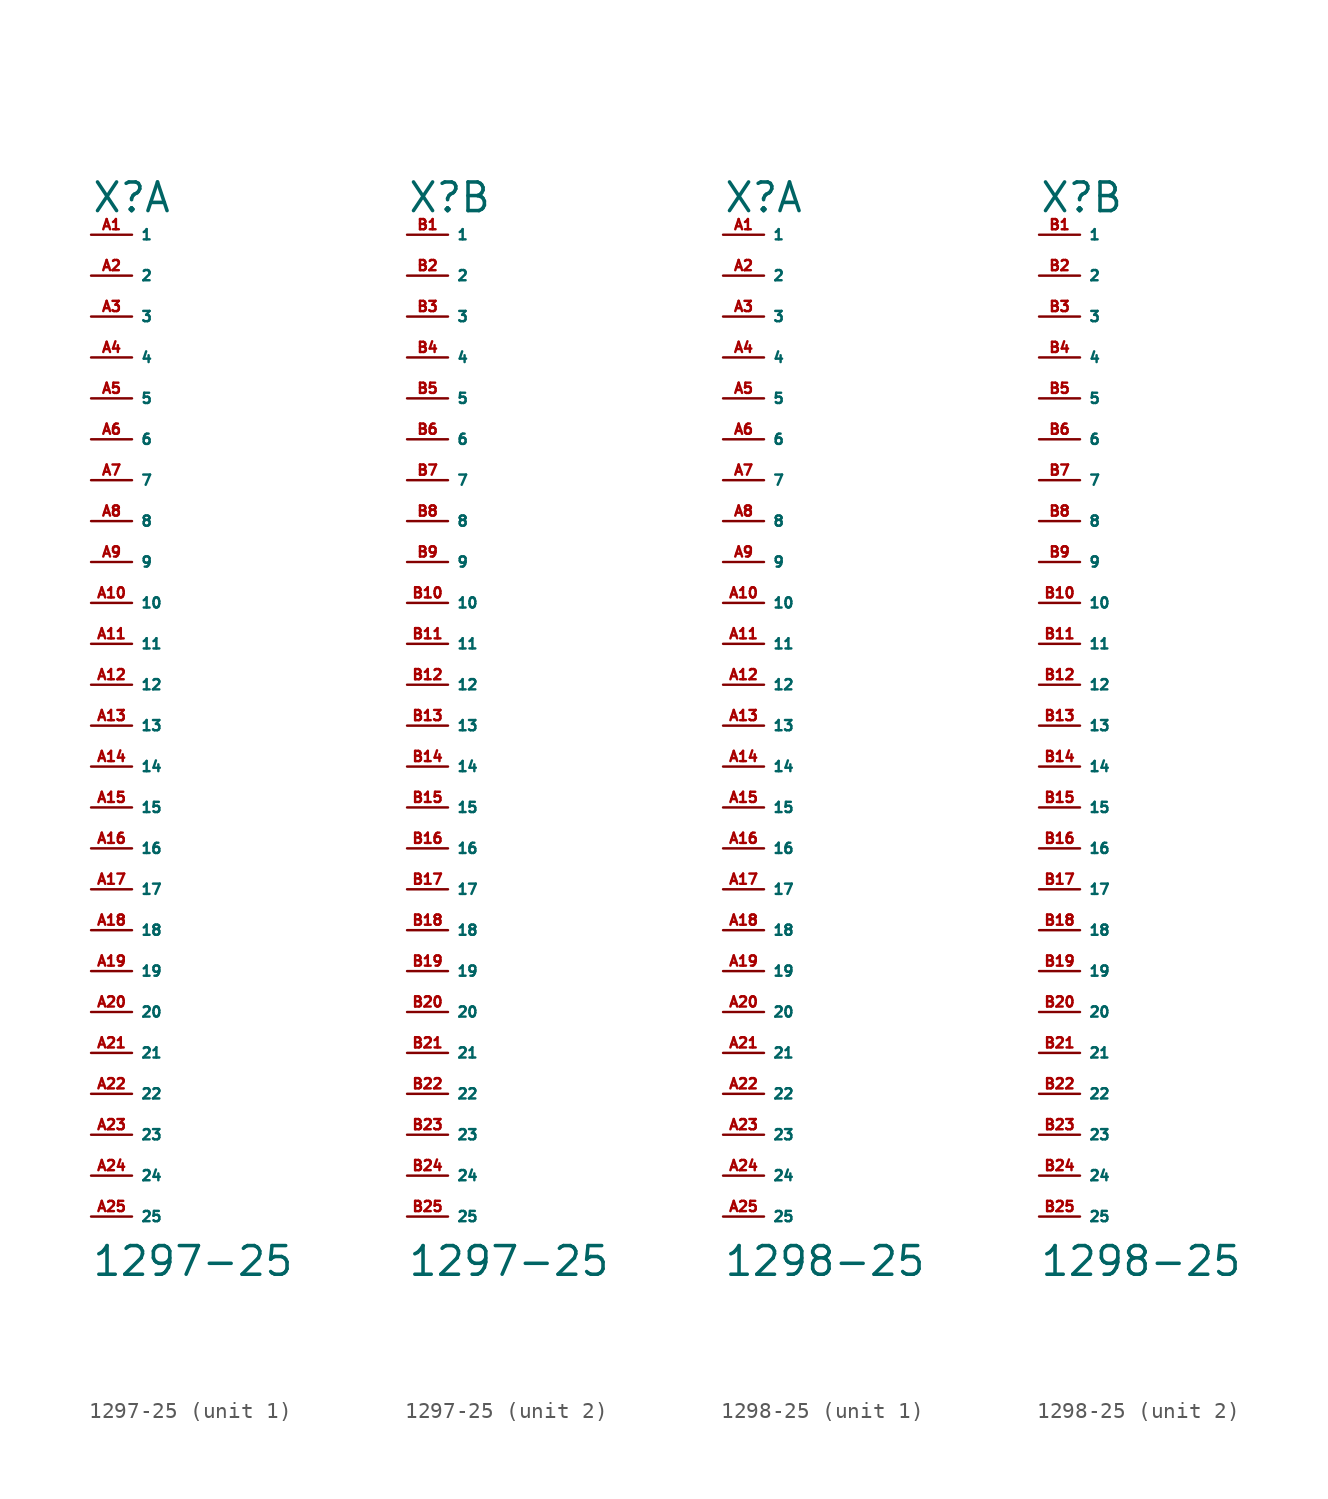
<source format=kicad_sym>
(kicad_symbol_lib
  (version 20220914)
  (generator Eagle2Kicad)
  (symbol "1297-25"
    (property "Reference" "X"
      (at -2.54 29.21 0)
      (effects (font (size 1.778 1.778) (thickness 0.22)) (justify left bottom)))
    (property "Value" "1297-25"
      (at -2.54 -36.83 0)
      (effects (font (size 1.778 1.778) (thickness 0.22)) (justify left bottom)))
    (symbol "1297-25_1_0"
      (pin passive line (at -2.54 27.94 0) (length 2.54) (name "1" (effects (font (size 0.635 0.635) (thickness 0.08)) (justify left bottom))) (number "A1" (effects (font (size 0.635 0.635) (thickness 0.08)) (justify left bottom))))
      (pin passive line (at -2.54 25.4 0) (length 2.54) (name "2" (effects (font (size 0.635 0.635) (thickness 0.08)) (justify left bottom))) (number "A2" (effects (font (size 0.635 0.635) (thickness 0.08)) (justify left bottom))))
      (pin passive line (at -2.54 22.86 0) (length 2.54) (name "3" (effects (font (size 0.635 0.635) (thickness 0.08)) (justify left bottom))) (number "A3" (effects (font (size 0.635 0.635) (thickness 0.08)) (justify left bottom))))
      (pin passive line (at -2.54 20.32 0) (length 2.54) (name "4" (effects (font (size 0.635 0.635) (thickness 0.08)) (justify left bottom))) (number "A4" (effects (font (size 0.635 0.635) (thickness 0.08)) (justify left bottom))))
      (pin passive line (at -2.54 17.78 0) (length 2.54) (name "5" (effects (font (size 0.635 0.635) (thickness 0.08)) (justify left bottom))) (number "A5" (effects (font (size 0.635 0.635) (thickness 0.08)) (justify left bottom))))
      (pin passive line (at -2.54 15.24 0) (length 2.54) (name "6" (effects (font (size 0.635 0.635) (thickness 0.08)) (justify left bottom))) (number "A6" (effects (font (size 0.635 0.635) (thickness 0.08)) (justify left bottom))))
      (pin passive line (at -2.54 12.7 0) (length 2.54) (name "7" (effects (font (size 0.635 0.635) (thickness 0.08)) (justify left bottom))) (number "A7" (effects (font (size 0.635 0.635) (thickness 0.08)) (justify left bottom))))
      (pin passive line (at -2.54 10.16 0) (length 2.54) (name "8" (effects (font (size 0.635 0.635) (thickness 0.08)) (justify left bottom))) (number "A8" (effects (font (size 0.635 0.635) (thickness 0.08)) (justify left bottom))))
      (pin passive line (at -2.54 7.62 0) (length 2.54) (name "9" (effects (font (size 0.635 0.635) (thickness 0.08)) (justify left bottom))) (number "A9" (effects (font (size 0.635 0.635) (thickness 0.08)) (justify left bottom))))
      (pin passive line (at -2.54 5.08 0) (length 2.54) (name "10" (effects (font (size 0.635 0.635) (thickness 0.08)) (justify left bottom))) (number "A10" (effects (font (size 0.635 0.635) (thickness 0.08)) (justify left bottom))))
      (pin passive line (at -2.54 2.54 0) (length 2.54) (name "11" (effects (font (size 0.635 0.635) (thickness 0.08)) (justify left bottom))) (number "A11" (effects (font (size 0.635 0.635) (thickness 0.08)) (justify left bottom))))
      (pin passive line (at -2.54 0 0) (length 2.54) (name "12" (effects (font (size 0.635 0.635) (thickness 0.08)) (justify left bottom))) (number "A12" (effects (font (size 0.635 0.635) (thickness 0.08)) (justify left bottom))))
      (pin passive line (at -2.54 -2.54 0) (length 2.54) (name "13" (effects (font (size 0.635 0.635) (thickness 0.08)) (justify left bottom))) (number "A13" (effects (font (size 0.635 0.635) (thickness 0.08)) (justify left bottom))))
      (pin passive line (at -2.54 -5.08 0) (length 2.54) (name "14" (effects (font (size 0.635 0.635) (thickness 0.08)) (justify left bottom))) (number "A14" (effects (font (size 0.635 0.635) (thickness 0.08)) (justify left bottom))))
      (pin passive line (at -2.54 -7.62 0) (length 2.54) (name "15" (effects (font (size 0.635 0.635) (thickness 0.08)) (justify left bottom))) (number "A15" (effects (font (size 0.635 0.635) (thickness 0.08)) (justify left bottom))))
      (pin passive line (at -2.54 -10.16 0) (length 2.54) (name "16" (effects (font (size 0.635 0.635) (thickness 0.08)) (justify left bottom))) (number "A16" (effects (font (size 0.635 0.635) (thickness 0.08)) (justify left bottom))))
      (pin passive line (at -2.54 -12.7 0) (length 2.54) (name "17" (effects (font (size 0.635 0.635) (thickness 0.08)) (justify left bottom))) (number "A17" (effects (font (size 0.635 0.635) (thickness 0.08)) (justify left bottom))))
      (pin passive line (at -2.54 -15.24 0) (length 2.54) (name "18" (effects (font (size 0.635 0.635) (thickness 0.08)) (justify left bottom))) (number "A18" (effects (font (size 0.635 0.635) (thickness 0.08)) (justify left bottom))))
      (pin passive line (at -2.54 -17.78 0) (length 2.54) (name "19" (effects (font (size 0.635 0.635) (thickness 0.08)) (justify left bottom))) (number "A19" (effects (font (size 0.635 0.635) (thickness 0.08)) (justify left bottom))))
      (pin passive line (at -2.54 -20.32 0) (length 2.54) (name "20" (effects (font (size 0.635 0.635) (thickness 0.08)) (justify left bottom))) (number "A20" (effects (font (size 0.635 0.635) (thickness 0.08)) (justify left bottom))))
      (pin passive line (at -2.54 -22.86 0) (length 2.54) (name "21" (effects (font (size 0.635 0.635) (thickness 0.08)) (justify left bottom))) (number "A21" (effects (font (size 0.635 0.635) (thickness 0.08)) (justify left bottom))))
      (pin passive line (at -2.54 -25.4 0) (length 2.54) (name "22" (effects (font (size 0.635 0.635) (thickness 0.08)) (justify left bottom))) (number "A22" (effects (font (size 0.635 0.635) (thickness 0.08)) (justify left bottom))))
      (pin passive line (at -2.54 -27.94 0) (length 2.54) (name "23" (effects (font (size 0.635 0.635) (thickness 0.08)) (justify left bottom))) (number "A23" (effects (font (size 0.635 0.635) (thickness 0.08)) (justify left bottom))))
      (pin passive line (at -2.54 -30.48 0) (length 2.54) (name "24" (effects (font (size 0.635 0.635) (thickness 0.08)) (justify left bottom))) (number "A24" (effects (font (size 0.635 0.635) (thickness 0.08)) (justify left bottom))))
      (pin passive line (at -2.54 -33.02 0) (length 2.54) (name "25" (effects (font (size 0.635 0.635) (thickness 0.08)) (justify left bottom))) (number "A25" (effects (font (size 0.635 0.635) (thickness 0.08)) (justify left bottom)))))
    (symbol "1297-25_2_0"
      (pin passive line (at -2.54 27.94 0) (length 2.54) (name "1" (effects (font (size 0.635 0.635) (thickness 0.08)) (justify left bottom))) (number "B1" (effects (font (size 0.635 0.635) (thickness 0.08)) (justify left bottom))))
      (pin passive line (at -2.54 25.4 0) (length 2.54) (name "2" (effects (font (size 0.635 0.635) (thickness 0.08)) (justify left bottom))) (number "B2" (effects (font (size 0.635 0.635) (thickness 0.08)) (justify left bottom))))
      (pin passive line (at -2.54 22.86 0) (length 2.54) (name "3" (effects (font (size 0.635 0.635) (thickness 0.08)) (justify left bottom))) (number "B3" (effects (font (size 0.635 0.635) (thickness 0.08)) (justify left bottom))))
      (pin passive line (at -2.54 20.32 0) (length 2.54) (name "4" (effects (font (size 0.635 0.635) (thickness 0.08)) (justify left bottom))) (number "B4" (effects (font (size 0.635 0.635) (thickness 0.08)) (justify left bottom))))
      (pin passive line (at -2.54 17.78 0) (length 2.54) (name "5" (effects (font (size 0.635 0.635) (thickness 0.08)) (justify left bottom))) (number "B5" (effects (font (size 0.635 0.635) (thickness 0.08)) (justify left bottom))))
      (pin passive line (at -2.54 15.24 0) (length 2.54) (name "6" (effects (font (size 0.635 0.635) (thickness 0.08)) (justify left bottom))) (number "B6" (effects (font (size 0.635 0.635) (thickness 0.08)) (justify left bottom))))
      (pin passive line (at -2.54 12.7 0) (length 2.54) (name "7" (effects (font (size 0.635 0.635) (thickness 0.08)) (justify left bottom))) (number "B7" (effects (font (size 0.635 0.635) (thickness 0.08)) (justify left bottom))))
      (pin passive line (at -2.54 10.16 0) (length 2.54) (name "8" (effects (font (size 0.635 0.635) (thickness 0.08)) (justify left bottom))) (number "B8" (effects (font (size 0.635 0.635) (thickness 0.08)) (justify left bottom))))
      (pin passive line (at -2.54 7.62 0) (length 2.54) (name "9" (effects (font (size 0.635 0.635) (thickness 0.08)) (justify left bottom))) (number "B9" (effects (font (size 0.635 0.635) (thickness 0.08)) (justify left bottom))))
      (pin passive line (at -2.54 5.08 0) (length 2.54) (name "10" (effects (font (size 0.635 0.635) (thickness 0.08)) (justify left bottom))) (number "B10" (effects (font (size 0.635 0.635) (thickness 0.08)) (justify left bottom))))
      (pin passive line (at -2.54 2.54 0) (length 2.54) (name "11" (effects (font (size 0.635 0.635) (thickness 0.08)) (justify left bottom))) (number "B11" (effects (font (size 0.635 0.635) (thickness 0.08)) (justify left bottom))))
      (pin passive line (at -2.54 0 0) (length 2.54) (name "12" (effects (font (size 0.635 0.635) (thickness 0.08)) (justify left bottom))) (number "B12" (effects (font (size 0.635 0.635) (thickness 0.08)) (justify left bottom))))
      (pin passive line (at -2.54 -2.54 0) (length 2.54) (name "13" (effects (font (size 0.635 0.635) (thickness 0.08)) (justify left bottom))) (number "B13" (effects (font (size 0.635 0.635) (thickness 0.08)) (justify left bottom))))
      (pin passive line (at -2.54 -5.08 0) (length 2.54) (name "14" (effects (font (size 0.635 0.635) (thickness 0.08)) (justify left bottom))) (number "B14" (effects (font (size 0.635 0.635) (thickness 0.08)) (justify left bottom))))
      (pin passive line (at -2.54 -7.62 0) (length 2.54) (name "15" (effects (font (size 0.635 0.635) (thickness 0.08)) (justify left bottom))) (number "B15" (effects (font (size 0.635 0.635) (thickness 0.08)) (justify left bottom))))
      (pin passive line (at -2.54 -10.16 0) (length 2.54) (name "16" (effects (font (size 0.635 0.635) (thickness 0.08)) (justify left bottom))) (number "B16" (effects (font (size 0.635 0.635) (thickness 0.08)) (justify left bottom))))
      (pin passive line (at -2.54 -12.7 0) (length 2.54) (name "17" (effects (font (size 0.635 0.635) (thickness 0.08)) (justify left bottom))) (number "B17" (effects (font (size 0.635 0.635) (thickness 0.08)) (justify left bottom))))
      (pin passive line (at -2.54 -15.24 0) (length 2.54) (name "18" (effects (font (size 0.635 0.635) (thickness 0.08)) (justify left bottom))) (number "B18" (effects (font (size 0.635 0.635) (thickness 0.08)) (justify left bottom))))
      (pin passive line (at -2.54 -17.78 0) (length 2.54) (name "19" (effects (font (size 0.635 0.635) (thickness 0.08)) (justify left bottom))) (number "B19" (effects (font (size 0.635 0.635) (thickness 0.08)) (justify left bottom))))
      (pin passive line (at -2.54 -20.32 0) (length 2.54) (name "20" (effects (font (size 0.635 0.635) (thickness 0.08)) (justify left bottom))) (number "B20" (effects (font (size 0.635 0.635) (thickness 0.08)) (justify left bottom))))
      (pin passive line (at -2.54 -22.86 0) (length 2.54) (name "21" (effects (font (size 0.635 0.635) (thickness 0.08)) (justify left bottom))) (number "B21" (effects (font (size 0.635 0.635) (thickness 0.08)) (justify left bottom))))
      (pin passive line (at -2.54 -25.4 0) (length 2.54) (name "22" (effects (font (size 0.635 0.635) (thickness 0.08)) (justify left bottom))) (number "B22" (effects (font (size 0.635 0.635) (thickness 0.08)) (justify left bottom))))
      (pin passive line (at -2.54 -27.94 0) (length 2.54) (name "23" (effects (font (size 0.635 0.635) (thickness 0.08)) (justify left bottom))) (number "B23" (effects (font (size 0.635 0.635) (thickness 0.08)) (justify left bottom))))
      (pin passive line (at -2.54 -30.48 0) (length 2.54) (name "24" (effects (font (size 0.635 0.635) (thickness 0.08)) (justify left bottom))) (number "B24" (effects (font (size 0.635 0.635) (thickness 0.08)) (justify left bottom))))
      (pin passive line (at -2.54 -33.02 0) (length 2.54) (name "25" (effects (font (size 0.635 0.635) (thickness 0.08)) (justify left bottom))) (number "B25" (effects (font (size 0.635 0.635) (thickness 0.08)) (justify left bottom))))))
  (symbol "1298-25"
    (property "Reference" "X"
      (at -2.54 29.21 0)
      (effects (font (size 1.778 1.778) (thickness 0.22)) (justify left bottom)))
    (property "Value" "1298-25"
      (at -2.54 -36.83 0)
      (effects (font (size 1.778 1.778) (thickness 0.22)) (justify left bottom)))
    (symbol "1298-25_1_0"
      (pin passive line (at -2.54 27.94 0) (length 2.54) (name "1" (effects (font (size 0.635 0.635) (thickness 0.08)) (justify left bottom))) (number "A1" (effects (font (size 0.635 0.635) (thickness 0.08)) (justify left bottom))))
      (pin passive line (at -2.54 25.4 0) (length 2.54) (name "2" (effects (font (size 0.635 0.635) (thickness 0.08)) (justify left bottom))) (number "A2" (effects (font (size 0.635 0.635) (thickness 0.08)) (justify left bottom))))
      (pin passive line (at -2.54 22.86 0) (length 2.54) (name "3" (effects (font (size 0.635 0.635) (thickness 0.08)) (justify left bottom))) (number "A3" (effects (font (size 0.635 0.635) (thickness 0.08)) (justify left bottom))))
      (pin passive line (at -2.54 20.32 0) (length 2.54) (name "4" (effects (font (size 0.635 0.635) (thickness 0.08)) (justify left bottom))) (number "A4" (effects (font (size 0.635 0.635) (thickness 0.08)) (justify left bottom))))
      (pin passive line (at -2.54 17.78 0) (length 2.54) (name "5" (effects (font (size 0.635 0.635) (thickness 0.08)) (justify left bottom))) (number "A5" (effects (font (size 0.635 0.635) (thickness 0.08)) (justify left bottom))))
      (pin passive line (at -2.54 15.24 0) (length 2.54) (name "6" (effects (font (size 0.635 0.635) (thickness 0.08)) (justify left bottom))) (number "A6" (effects (font (size 0.635 0.635) (thickness 0.08)) (justify left bottom))))
      (pin passive line (at -2.54 12.7 0) (length 2.54) (name "7" (effects (font (size 0.635 0.635) (thickness 0.08)) (justify left bottom))) (number "A7" (effects (font (size 0.635 0.635) (thickness 0.08)) (justify left bottom))))
      (pin passive line (at -2.54 10.16 0) (length 2.54) (name "8" (effects (font (size 0.635 0.635) (thickness 0.08)) (justify left bottom))) (number "A8" (effects (font (size 0.635 0.635) (thickness 0.08)) (justify left bottom))))
      (pin passive line (at -2.54 7.62 0) (length 2.54) (name "9" (effects (font (size 0.635 0.635) (thickness 0.08)) (justify left bottom))) (number "A9" (effects (font (size 0.635 0.635) (thickness 0.08)) (justify left bottom))))
      (pin passive line (at -2.54 5.08 0) (length 2.54) (name "10" (effects (font (size 0.635 0.635) (thickness 0.08)) (justify left bottom))) (number "A10" (effects (font (size 0.635 0.635) (thickness 0.08)) (justify left bottom))))
      (pin passive line (at -2.54 2.54 0) (length 2.54) (name "11" (effects (font (size 0.635 0.635) (thickness 0.08)) (justify left bottom))) (number "A11" (effects (font (size 0.635 0.635) (thickness 0.08)) (justify left bottom))))
      (pin passive line (at -2.54 0 0) (length 2.54) (name "12" (effects (font (size 0.635 0.635) (thickness 0.08)) (justify left bottom))) (number "A12" (effects (font (size 0.635 0.635) (thickness 0.08)) (justify left bottom))))
      (pin passive line (at -2.54 -2.54 0) (length 2.54) (name "13" (effects (font (size 0.635 0.635) (thickness 0.08)) (justify left bottom))) (number "A13" (effects (font (size 0.635 0.635) (thickness 0.08)) (justify left bottom))))
      (pin passive line (at -2.54 -5.08 0) (length 2.54) (name "14" (effects (font (size 0.635 0.635) (thickness 0.08)) (justify left bottom))) (number "A14" (effects (font (size 0.635 0.635) (thickness 0.08)) (justify left bottom))))
      (pin passive line (at -2.54 -7.62 0) (length 2.54) (name "15" (effects (font (size 0.635 0.635) (thickness 0.08)) (justify left bottom))) (number "A15" (effects (font (size 0.635 0.635) (thickness 0.08)) (justify left bottom))))
      (pin passive line (at -2.54 -10.16 0) (length 2.54) (name "16" (effects (font (size 0.635 0.635) (thickness 0.08)) (justify left bottom))) (number "A16" (effects (font (size 0.635 0.635) (thickness 0.08)) (justify left bottom))))
      (pin passive line (at -2.54 -12.7 0) (length 2.54) (name "17" (effects (font (size 0.635 0.635) (thickness 0.08)) (justify left bottom))) (number "A17" (effects (font (size 0.635 0.635) (thickness 0.08)) (justify left bottom))))
      (pin passive line (at -2.54 -15.24 0) (length 2.54) (name "18" (effects (font (size 0.635 0.635) (thickness 0.08)) (justify left bottom))) (number "A18" (effects (font (size 0.635 0.635) (thickness 0.08)) (justify left bottom))))
      (pin passive line (at -2.54 -17.78 0) (length 2.54) (name "19" (effects (font (size 0.635 0.635) (thickness 0.08)) (justify left bottom))) (number "A19" (effects (font (size 0.635 0.635) (thickness 0.08)) (justify left bottom))))
      (pin passive line (at -2.54 -20.32 0) (length 2.54) (name "20" (effects (font (size 0.635 0.635) (thickness 0.08)) (justify left bottom))) (number "A20" (effects (font (size 0.635 0.635) (thickness 0.08)) (justify left bottom))))
      (pin passive line (at -2.54 -22.86 0) (length 2.54) (name "21" (effects (font (size 0.635 0.635) (thickness 0.08)) (justify left bottom))) (number "A21" (effects (font (size 0.635 0.635) (thickness 0.08)) (justify left bottom))))
      (pin passive line (at -2.54 -25.4 0) (length 2.54) (name "22" (effects (font (size 0.635 0.635) (thickness 0.08)) (justify left bottom))) (number "A22" (effects (font (size 0.635 0.635) (thickness 0.08)) (justify left bottom))))
      (pin passive line (at -2.54 -27.94 0) (length 2.54) (name "23" (effects (font (size 0.635 0.635) (thickness 0.08)) (justify left bottom))) (number "A23" (effects (font (size 0.635 0.635) (thickness 0.08)) (justify left bottom))))
      (pin passive line (at -2.54 -30.48 0) (length 2.54) (name "24" (effects (font (size 0.635 0.635) (thickness 0.08)) (justify left bottom))) (number "A24" (effects (font (size 0.635 0.635) (thickness 0.08)) (justify left bottom))))
      (pin passive line (at -2.54 -33.02 0) (length 2.54) (name "25" (effects (font (size 0.635 0.635) (thickness 0.08)) (justify left bottom))) (number "A25" (effects (font (size 0.635 0.635) (thickness 0.08)) (justify left bottom)))))
    (symbol "1298-25_2_0"
      (pin passive line (at -2.54 27.94 0) (length 2.54) (name "1" (effects (font (size 0.635 0.635) (thickness 0.08)) (justify left bottom))) (number "B1" (effects (font (size 0.635 0.635) (thickness 0.08)) (justify left bottom))))
      (pin passive line (at -2.54 25.4 0) (length 2.54) (name "2" (effects (font (size 0.635 0.635) (thickness 0.08)) (justify left bottom))) (number "B2" (effects (font (size 0.635 0.635) (thickness 0.08)) (justify left bottom))))
      (pin passive line (at -2.54 22.86 0) (length 2.54) (name "3" (effects (font (size 0.635 0.635) (thickness 0.08)) (justify left bottom))) (number "B3" (effects (font (size 0.635 0.635) (thickness 0.08)) (justify left bottom))))
      (pin passive line (at -2.54 20.32 0) (length 2.54) (name "4" (effects (font (size 0.635 0.635) (thickness 0.08)) (justify left bottom))) (number "B4" (effects (font (size 0.635 0.635) (thickness 0.08)) (justify left bottom))))
      (pin passive line (at -2.54 17.78 0) (length 2.54) (name "5" (effects (font (size 0.635 0.635) (thickness 0.08)) (justify left bottom))) (number "B5" (effects (font (size 0.635 0.635) (thickness 0.08)) (justify left bottom))))
      (pin passive line (at -2.54 15.24 0) (length 2.54) (name "6" (effects (font (size 0.635 0.635) (thickness 0.08)) (justify left bottom))) (number "B6" (effects (font (size 0.635 0.635) (thickness 0.08)) (justify left bottom))))
      (pin passive line (at -2.54 12.7 0) (length 2.54) (name "7" (effects (font (size 0.635 0.635) (thickness 0.08)) (justify left bottom))) (number "B7" (effects (font (size 0.635 0.635) (thickness 0.08)) (justify left bottom))))
      (pin passive line (at -2.54 10.16 0) (length 2.54) (name "8" (effects (font (size 0.635 0.635) (thickness 0.08)) (justify left bottom))) (number "B8" (effects (font (size 0.635 0.635) (thickness 0.08)) (justify left bottom))))
      (pin passive line (at -2.54 7.62 0) (length 2.54) (name "9" (effects (font (size 0.635 0.635) (thickness 0.08)) (justify left bottom))) (number "B9" (effects (font (size 0.635 0.635) (thickness 0.08)) (justify left bottom))))
      (pin passive line (at -2.54 5.08 0) (length 2.54) (name "10" (effects (font (size 0.635 0.635) (thickness 0.08)) (justify left bottom))) (number "B10" (effects (font (size 0.635 0.635) (thickness 0.08)) (justify left bottom))))
      (pin passive line (at -2.54 2.54 0) (length 2.54) (name "11" (effects (font (size 0.635 0.635) (thickness 0.08)) (justify left bottom))) (number "B11" (effects (font (size 0.635 0.635) (thickness 0.08)) (justify left bottom))))
      (pin passive line (at -2.54 0 0) (length 2.54) (name "12" (effects (font (size 0.635 0.635) (thickness 0.08)) (justify left bottom))) (number "B12" (effects (font (size 0.635 0.635) (thickness 0.08)) (justify left bottom))))
      (pin passive line (at -2.54 -2.54 0) (length 2.54) (name "13" (effects (font (size 0.635 0.635) (thickness 0.08)) (justify left bottom))) (number "B13" (effects (font (size 0.635 0.635) (thickness 0.08)) (justify left bottom))))
      (pin passive line (at -2.54 -5.08 0) (length 2.54) (name "14" (effects (font (size 0.635 0.635) (thickness 0.08)) (justify left bottom))) (number "B14" (effects (font (size 0.635 0.635) (thickness 0.08)) (justify left bottom))))
      (pin passive line (at -2.54 -7.62 0) (length 2.54) (name "15" (effects (font (size 0.635 0.635) (thickness 0.08)) (justify left bottom))) (number "B15" (effects (font (size 0.635 0.635) (thickness 0.08)) (justify left bottom))))
      (pin passive line (at -2.54 -10.16 0) (length 2.54) (name "16" (effects (font (size 0.635 0.635) (thickness 0.08)) (justify left bottom))) (number "B16" (effects (font (size 0.635 0.635) (thickness 0.08)) (justify left bottom))))
      (pin passive line (at -2.54 -12.7 0) (length 2.54) (name "17" (effects (font (size 0.635 0.635) (thickness 0.08)) (justify left bottom))) (number "B17" (effects (font (size 0.635 0.635) (thickness 0.08)) (justify left bottom))))
      (pin passive line (at -2.54 -15.24 0) (length 2.54) (name "18" (effects (font (size 0.635 0.635) (thickness 0.08)) (justify left bottom))) (number "B18" (effects (font (size 0.635 0.635) (thickness 0.08)) (justify left bottom))))
      (pin passive line (at -2.54 -17.78 0) (length 2.54) (name "19" (effects (font (size 0.635 0.635) (thickness 0.08)) (justify left bottom))) (number "B19" (effects (font (size 0.635 0.635) (thickness 0.08)) (justify left bottom))))
      (pin passive line (at -2.54 -20.32 0) (length 2.54) (name "20" (effects (font (size 0.635 0.635) (thickness 0.08)) (justify left bottom))) (number "B20" (effects (font (size 0.635 0.635) (thickness 0.08)) (justify left bottom))))
      (pin passive line (at -2.54 -22.86 0) (length 2.54) (name "21" (effects (font (size 0.635 0.635) (thickness 0.08)) (justify left bottom))) (number "B21" (effects (font (size 0.635 0.635) (thickness 0.08)) (justify left bottom))))
      (pin passive line (at -2.54 -25.4 0) (length 2.54) (name "22" (effects (font (size 0.635 0.635) (thickness 0.08)) (justify left bottom))) (number "B22" (effects (font (size 0.635 0.635) (thickness 0.08)) (justify left bottom))))
      (pin passive line (at -2.54 -27.94 0) (length 2.54) (name "23" (effects (font (size 0.635 0.635) (thickness 0.08)) (justify left bottom))) (number "B23" (effects (font (size 0.635 0.635) (thickness 0.08)) (justify left bottom))))
      (pin passive line (at -2.54 -30.48 0) (length 2.54) (name "24" (effects (font (size 0.635 0.635) (thickness 0.08)) (justify left bottom))) (number "B24" (effects (font (size 0.635 0.635) (thickness 0.08)) (justify left bottom))))
      (pin passive line (at -2.54 -33.02 0) (length 2.54) (name "25" (effects (font (size 0.635 0.635) (thickness 0.08)) (justify left bottom))) (number "B25" (effects (font (size 0.635 0.635) (thickness 0.08)) (justify left bottom)))))))
</source>
